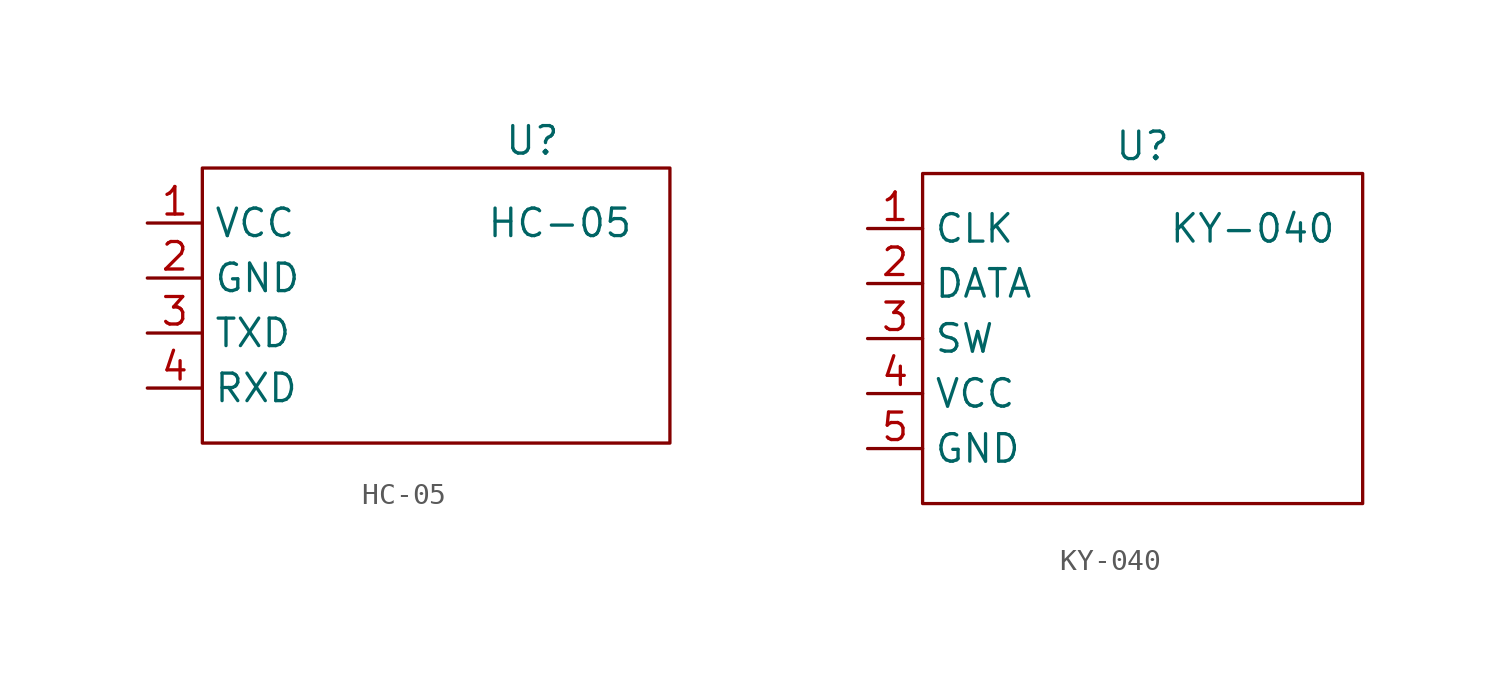
<source format=kicad_sym>
(kicad_symbol_lib
  (version 20211014)
  (generator kicad_symbol_editor)
  (symbol "HC-05"
    (property "Reference" "U"
      (at 0 0 0)
      (effects (font (size 1.27 1.27))))
    (property "Value" "HC-05"
      (at 1.27 -3.81 0)
      (effects (font (size 1.27 1.27))))
    (symbol "HC-05_0_1"
      (rectangle (start -15.24 -1.27) (end 6.35 -13.97) (stroke (width 0) (type default) (color 0 0 0 0)) (fill (type none))))
    (symbol "HC-05_1_1"
      (pin input line (at -17.78 -3.81 0) (length 2.54) (name "VCC" (effects (font (size 1.27 1.27)))) (number "1" (effects (font (size 1.27 1.27)))))
      (pin input line (at -17.78 -6.35 0) (length 2.54) (name "GND" (effects (font (size 1.27 1.27)))) (number "2" (effects (font (size 1.27 1.27)))))
      (pin output line (at -17.78 -8.89 0) (length 2.54) (name "TXD" (effects (font (size 1.27 1.27)))) (number "3" (effects (font (size 1.27 1.27)))))
      (pin input line (at -17.78 -11.43 0) (length 2.54) (name "RXD" (effects (font (size 1.27 1.27)))) (number "4" (effects (font (size 1.27 1.27)))))))
  (symbol "KY-040"
    (property "Reference" "U"
      (at -5.08 0 0)
      (effects (font (size 1.27 1.27))))
    (property "Value" "KY-040"
      (at 0 -3.81 0)
      (effects (font (size 1.27 1.27))))
    (symbol "KY-040_0_1"
      (rectangle (start -15.24 -1.27) (end 5.08 -16.51) (stroke (width 0) (type default) (color 0 0 0 0)) (fill (type none))))
    (symbol "KY-040_1_1"
      (pin output line (at -17.78 -3.81 0) (length 2.54) (name "CLK" (effects (font (size 1.27 1.27)))) (number "1" (effects (font (size 1.27 1.27)))))
      (pin output line (at -17.78 -6.35 0) (length 2.54) (name "DATA" (effects (font (size 1.27 1.27)))) (number "2" (effects (font (size 1.27 1.27)))))
      (pin output line (at -17.78 -8.89 0) (length 2.54) (name "SW" (effects (font (size 1.27 1.27)))) (number "3" (effects (font (size 1.27 1.27)))))
      (pin input line (at -17.78 -11.43 0) (length 2.54) (name "VCC" (effects (font (size 1.27 1.27)))) (number "4" (effects (font (size 1.27 1.27)))))
      (pin input line (at -17.78 -13.97 0) (length 2.54) (name "GND" (effects (font (size 1.27 1.27)))) (number "5" (effects (font (size 1.27 1.27))))))))
</source>
